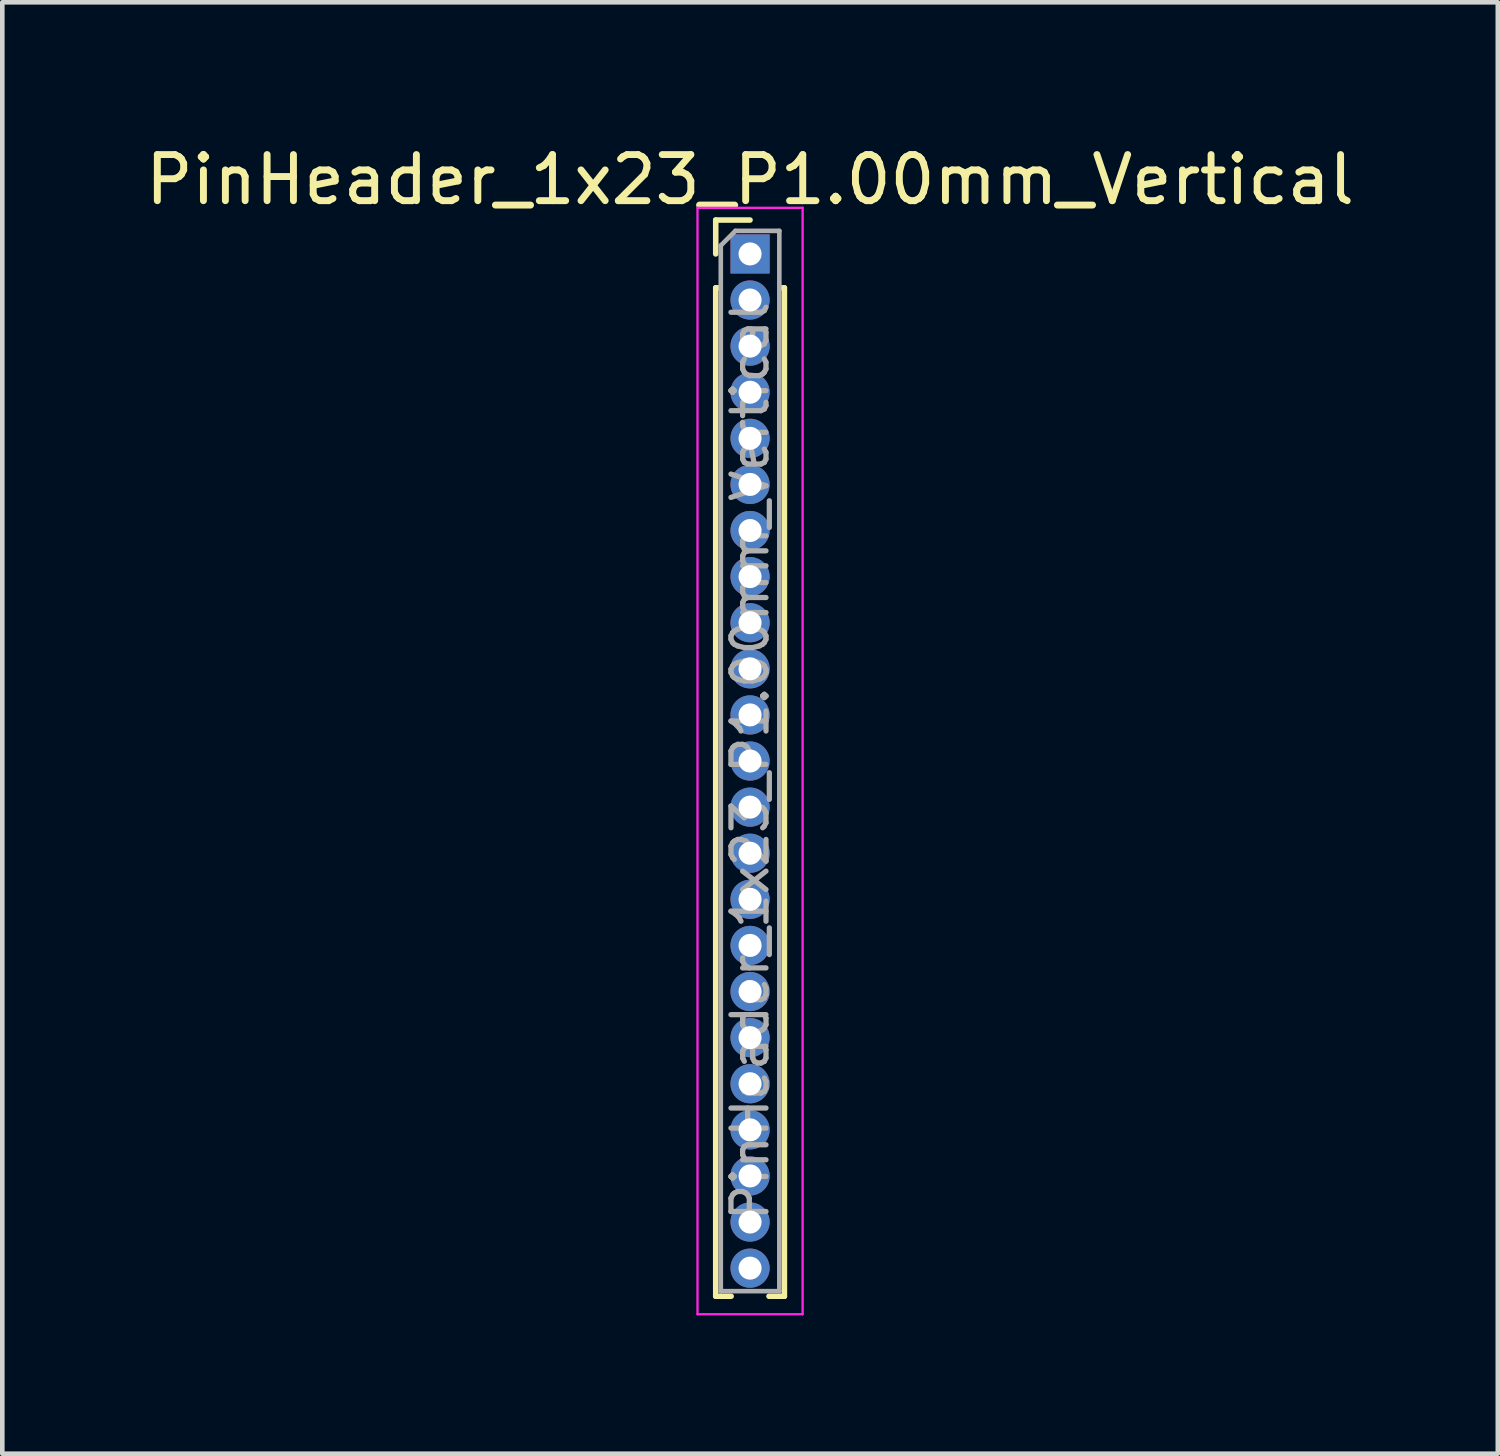
<source format=kicad_pcb>
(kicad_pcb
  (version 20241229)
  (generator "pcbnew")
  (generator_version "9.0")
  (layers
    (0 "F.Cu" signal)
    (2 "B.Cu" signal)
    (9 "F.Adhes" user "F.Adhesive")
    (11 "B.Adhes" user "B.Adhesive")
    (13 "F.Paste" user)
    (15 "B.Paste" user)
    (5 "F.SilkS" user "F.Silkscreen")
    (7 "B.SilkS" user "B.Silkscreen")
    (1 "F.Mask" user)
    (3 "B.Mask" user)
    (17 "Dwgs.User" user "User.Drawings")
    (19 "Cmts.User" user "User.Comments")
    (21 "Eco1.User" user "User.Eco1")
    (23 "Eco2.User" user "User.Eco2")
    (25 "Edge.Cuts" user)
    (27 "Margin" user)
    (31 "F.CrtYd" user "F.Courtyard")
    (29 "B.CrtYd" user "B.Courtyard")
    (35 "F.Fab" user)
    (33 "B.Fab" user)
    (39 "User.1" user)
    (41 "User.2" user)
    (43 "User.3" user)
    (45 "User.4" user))
  (footprint "PinHeader_1x23_P1.00mm_Vertical"
    (layer "F.Cu")
    (at 13.22 2.458)
    (property "Reference" "PinHeader_1x23_P1.00mm_Vertical" (at 0 -1.61 0) (layer "F.SilkS") (effects (font (size 1 1) (thickness 0.15))))
    (attr through_hole)
    (fp_line (start -0.745 -0.735) (end 0 -0.735) (stroke (width 0.12) (type solid)) (layer "F.SilkS"))
    (fp_line (start -0.745 0) (end -0.745 -0.735) (stroke (width 0.12) (type solid)) (layer "F.SilkS"))
    (fp_line (start -0.745 0.735) (end -0.745 22.61) (stroke (width 0.12) (type solid)) (layer "F.SilkS"))
    (fp_line (start -0.745 0.735) (end -0.686 0.735) (stroke (width 0.12) (type solid)) (layer "F.SilkS"))
    (fp_line (start -0.745 22.61) (end -0.41 22.61) (stroke (width 0.12) (type solid)) (layer "F.SilkS"))
    (fp_line (start 0.41 22.61) (end 0.745 22.61) (stroke (width 0.12) (type solid)) (layer "F.SilkS"))
    (fp_line (start 0.686 0.735) (end 0.745 0.735) (stroke (width 0.12) (type solid)) (layer "F.SilkS"))
    (fp_line (start 0.745 0.735) (end 0.745 22.61) (stroke (width 0.12) (type solid)) (layer "F.SilkS"))
    (fp_line (start -1.14 -1) (end -1.14 23) (stroke (width 0.05) (type solid)) (layer "F.CrtYd"))
    (fp_line (start -1.14 23) (end 1.14 23) (stroke (width 0.05) (type solid)) (layer "F.CrtYd"))
    (fp_line (start 1.14 -1) (end -1.14 -1) (stroke (width 0.05) (type solid)) (layer "F.CrtYd"))
    (fp_line (start 1.14 23) (end 1.14 -1) (stroke (width 0.05) (type solid)) (layer "F.CrtYd"))
    (fp_line (start -0.635 -0.182) (end -0.318 -0.5) (stroke (width 0.1) (type solid)) (layer "F.Fab"))
    (fp_line (start -0.635 22.5) (end -0.635 -0.182) (stroke (width 0.1) (type solid)) (layer "F.Fab"))
    (fp_line (start -0.318 -0.5) (end 0.635 -0.5) (stroke (width 0.1) (type solid)) (layer "F.Fab"))
    (fp_line (start 0.635 -0.5) (end 0.635 22.5) (stroke (width 0.1) (type solid)) (layer "F.Fab"))
    (fp_line (start 0.635 22.5) (end -0.635 22.5) (stroke (width 0.1) (type solid)) (layer "F.Fab"))
    (fp_text user "${REFERENCE}" (at 0 11 90) (layer "F.Fab") (effects (font (size 0.76 0.76) (thickness 0.114))))
    (pad "1" thru_hole rect (at 0 0) (size 0.85 0.85) (drill 0.5) (layers "*.Cu" "*.Mask"))
    (pad "2" thru_hole circle (at 0 1) (size 0.85 0.85) (drill 0.5) (layers "*.Cu" "*.Mask"))
    (pad "3" thru_hole circle (at 0 2) (size 0.85 0.85) (drill 0.5) (layers "*.Cu" "*.Mask"))
    (pad "4" thru_hole circle (at 0 3) (size 0.85 0.85) (drill 0.5) (layers "*.Cu" "*.Mask"))
    (pad "5" thru_hole circle (at 0 4) (size 0.85 0.85) (drill 0.5) (layers "*.Cu" "*.Mask"))
    (pad "6" thru_hole circle (at 0 5) (size 0.85 0.85) (drill 0.5) (layers "*.Cu" "*.Mask"))
    (pad "7" thru_hole circle (at 0 6) (size 0.85 0.85) (drill 0.5) (layers "*.Cu" "*.Mask"))
    (pad "8" thru_hole circle (at 0 7) (size 0.85 0.85) (drill 0.5) (layers "*.Cu" "*.Mask"))
    (pad "9" thru_hole circle (at 0 8) (size 0.85 0.85) (drill 0.5) (layers "*.Cu" "*.Mask"))
    (pad "10" thru_hole circle (at 0 9) (size 0.85 0.85) (drill 0.5) (layers "*.Cu" "*.Mask"))
    (pad "11" thru_hole circle (at 0 10) (size 0.85 0.85) (drill 0.5) (layers "*.Cu" "*.Mask"))
    (pad "12" thru_hole circle (at 0 11) (size 0.85 0.85) (drill 0.5) (layers "*.Cu" "*.Mask"))
    (pad "13" thru_hole circle (at 0 12) (size 0.85 0.85) (drill 0.5) (layers "*.Cu" "*.Mask"))
    (pad "14" thru_hole circle (at 0 13) (size 0.85 0.85) (drill 0.5) (layers "*.Cu" "*.Mask"))
    (pad "15" thru_hole circle (at 0 14) (size 0.85 0.85) (drill 0.5) (layers "*.Cu" "*.Mask"))
    (pad "16" thru_hole circle (at 0 15) (size 0.85 0.85) (drill 0.5) (layers "*.Cu" "*.Mask"))
    (pad "17" thru_hole circle (at 0 16) (size 0.85 0.85) (drill 0.5) (layers "*.Cu" "*.Mask"))
    (pad "18" thru_hole circle (at 0 17) (size 0.85 0.85) (drill 0.5) (layers "*.Cu" "*.Mask"))
    (pad "19" thru_hole circle (at 0 18) (size 0.85 0.85) (drill 0.5) (layers "*.Cu" "*.Mask"))
    (pad "20" thru_hole circle (at 0 19) (size 0.85 0.85) (drill 0.5) (layers "*.Cu" "*.Mask"))
    (pad "21" thru_hole circle (at 0 20) (size 0.85 0.85) (drill 0.5) (layers "*.Cu" "*.Mask"))
    (pad "22" thru_hole circle (at 0 21) (size 0.85 0.85) (drill 0.5) (layers "*.Cu" "*.Mask"))
    (pad "23" thru_hole circle (at 0 22) (size 0.85 0.85) (drill 0.5) (layers "*.Cu" "*.Mask")))
  (gr_rect
    (start -3 -3)
    (end 29.44 28.483)
    (stroke (width 0.1) (type default))
    (fill no)
    (layer "Edge.Cuts")))
</source>
